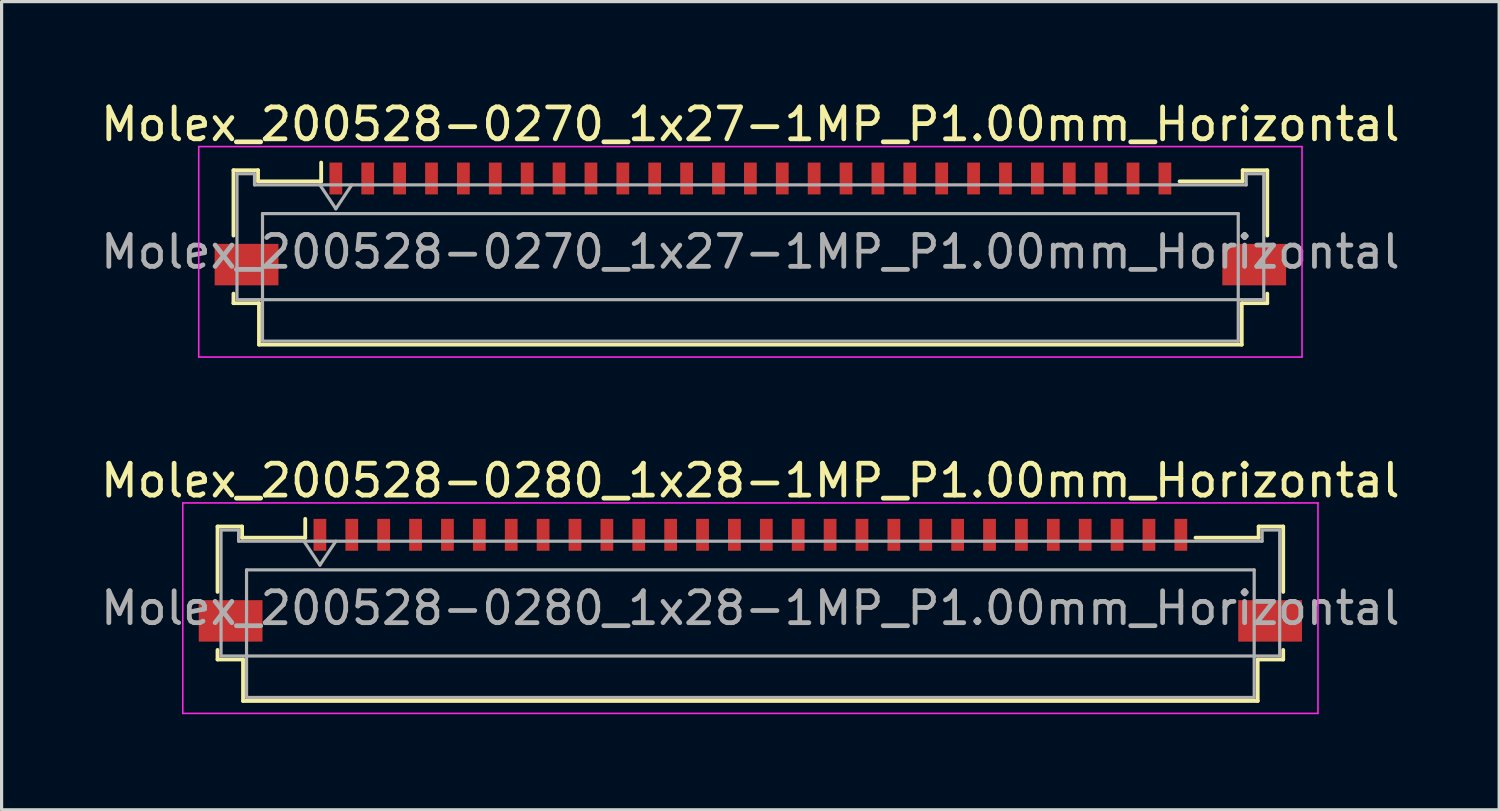
<source format=kicad_pcb>
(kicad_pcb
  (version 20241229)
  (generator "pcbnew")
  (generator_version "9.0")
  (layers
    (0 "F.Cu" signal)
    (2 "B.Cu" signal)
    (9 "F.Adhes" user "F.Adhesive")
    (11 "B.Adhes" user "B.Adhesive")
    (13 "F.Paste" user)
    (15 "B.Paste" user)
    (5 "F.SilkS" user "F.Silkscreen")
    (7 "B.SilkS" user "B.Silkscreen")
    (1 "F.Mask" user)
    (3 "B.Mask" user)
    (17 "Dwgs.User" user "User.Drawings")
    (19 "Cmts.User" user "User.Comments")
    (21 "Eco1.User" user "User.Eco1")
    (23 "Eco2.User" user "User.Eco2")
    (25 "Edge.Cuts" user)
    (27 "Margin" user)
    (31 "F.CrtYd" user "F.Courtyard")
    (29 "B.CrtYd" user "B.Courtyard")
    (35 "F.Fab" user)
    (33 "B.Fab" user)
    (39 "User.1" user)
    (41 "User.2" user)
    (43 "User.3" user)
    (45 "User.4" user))
  (footprint "Molex_200528-0280_1x28-1MP_P1.00mm_Horizontal"
    (layer "F.Cu")
    (at 20.482 14.632)
    (property "Reference" "Molex_200528-0280_1x28-1MP_P1.00mm_Horizontal" (at 0 -2.61 0) (layer "F.SilkS") (effects (font (size 1 1) (thickness 0.15))))
    (attr smd)
    (fp_line (start -16.71 -1.17) (end -16.71 0.88) (stroke (width 0.12) (type solid)) (layer "F.SilkS"))
    (fp_line (start -16.71 2.7) (end -16.71 3) (stroke (width 0.12) (type solid)) (layer "F.SilkS"))
    (fp_line (start -16.71 3) (end -15.91 3) (stroke (width 0.12) (type solid)) (layer "F.SilkS"))
    (fp_line (start -15.94 -1.17) (end -16.71 -1.17) (stroke (width 0.12) (type solid)) (layer "F.SilkS"))
    (fp_line (start -15.94 -0.82) (end -15.94 -1.17) (stroke (width 0.12) (type solid)) (layer "F.SilkS"))
    (fp_line (start -15.91 3) (end -15.91 4.3) (stroke (width 0.12) (type solid)) (layer "F.SilkS"))
    (fp_line (start -15.91 4.3) (end 15.91 4.3) (stroke (width 0.12) (type solid)) (layer "F.SilkS"))
    (fp_line (start -13.96 -1.41) (end -13.96 -0.82) (stroke (width 0.12) (type solid)) (layer "F.SilkS"))
    (fp_line (start -13.96 -0.82) (end -15.94 -0.82) (stroke (width 0.12) (type solid)) (layer "F.SilkS"))
    (fp_line (start 15.91 3) (end 16.71 3) (stroke (width 0.12) (type solid)) (layer "F.SilkS"))
    (fp_line (start 15.91 4.3) (end 15.91 3) (stroke (width 0.12) (type solid)) (layer "F.SilkS"))
    (fp_line (start 15.94 -1.17) (end 15.94 -0.82) (stroke (width 0.12) (type solid)) (layer "F.SilkS"))
    (fp_line (start 15.94 -0.82) (end 13.96 -0.82) (stroke (width 0.12) (type solid)) (layer "F.SilkS"))
    (fp_line (start 16.71 -1.17) (end 15.94 -1.17) (stroke (width 0.12) (type solid)) (layer "F.SilkS"))
    (fp_line (start 16.71 0.88) (end 16.71 -1.17) (stroke (width 0.12) (type solid)) (layer "F.SilkS"))
    (fp_line (start 16.71 3) (end 16.71 2.7) (stroke (width 0.12) (type solid)) (layer "F.SilkS"))
    (fp_line (start -17.8 -1.91) (end -17.8 4.69) (stroke (width 0.05) (type solid)) (layer "F.CrtYd"))
    (fp_line (start -17.8 4.69) (end 17.8 4.69) (stroke (width 0.05) (type solid)) (layer "F.CrtYd"))
    (fp_line (start 17.8 -1.91) (end -17.8 -1.91) (stroke (width 0.05) (type solid)) (layer "F.CrtYd"))
    (fp_line (start 17.8 4.69) (end 17.8 -1.91) (stroke (width 0.05) (type solid)) (layer "F.CrtYd"))
    (fp_line (start -16.6 -1.06) (end -16.6 2.89) (stroke (width 0.1) (type solid)) (layer "F.Fab"))
    (fp_line (start -16.6 2.89) (end 16.6 2.89) (stroke (width 0.1) (type solid)) (layer "F.Fab"))
    (fp_line (start -16.05 -1.06) (end -16.6 -1.06) (stroke (width 0.1) (type solid)) (layer "F.Fab"))
    (fp_line (start -16.05 -0.71) (end -16.05 -1.06) (stroke (width 0.1) (type solid)) (layer "F.Fab"))
    (fp_line (start -15.8 0.19) (end -15.8 4.19) (stroke (width 0.1) (type solid)) (layer "F.Fab"))
    (fp_line (start -15.8 4.19) (end 15.8 4.19) (stroke (width 0.1) (type solid)) (layer "F.Fab"))
    (fp_line (start -14 -0.71) (end -13.5 0.04) (stroke (width 0.1) (type solid)) (layer "F.Fab"))
    (fp_line (start -13.5 0.04) (end -13 -0.71) (stroke (width 0.1) (type solid)) (layer "F.Fab"))
    (fp_line (start 15.8 0.19) (end -15.8 0.19) (stroke (width 0.1) (type solid)) (layer "F.Fab"))
    (fp_line (start 15.8 4.19) (end 15.8 0.19) (stroke (width 0.1) (type solid)) (layer "F.Fab"))
    (fp_line (start 16.05 -1.06) (end 16.05 -0.71) (stroke (width 0.1) (type solid)) (layer "F.Fab"))
    (fp_line (start 16.05 -0.71) (end -16.05 -0.71) (stroke (width 0.1) (type solid)) (layer "F.Fab"))
    (fp_line (start 16.6 -1.06) (end 16.05 -1.06) (stroke (width 0.1) (type solid)) (layer "F.Fab"))
    (fp_line (start 16.6 2.89) (end 16.6 -1.06) (stroke (width 0.1) (type solid)) (layer "F.Fab"))
    (fp_text user "${REFERENCE}" (at 0 1.39 0) (layer "F.Fab") (effects (font (size 1 1) (thickness 0.15))))
    (pad "1" smd rect (at -13.5 -0.91) (size 0.4 1) (layers "F.Cu" "F.Mask" "F.Paste"))
    (pad "2" smd rect (at -12.5 -0.91) (size 0.4 1) (layers "F.Cu" "F.Mask" "F.Paste"))
    (pad "3" smd rect (at -11.5 -0.91) (size 0.4 1) (layers "F.Cu" "F.Mask" "F.Paste"))
    (pad "4" smd rect (at -10.5 -0.91) (size 0.4 1) (layers "F.Cu" "F.Mask" "F.Paste"))
    (pad "5" smd rect (at -9.5 -0.91) (size 0.4 1) (layers "F.Cu" "F.Mask" "F.Paste"))
    (pad "6" smd rect (at -8.5 -0.91) (size 0.4 1) (layers "F.Cu" "F.Mask" "F.Paste"))
    (pad "7" smd rect (at -7.5 -0.91) (size 0.4 1) (layers "F.Cu" "F.Mask" "F.Paste"))
    (pad "8" smd rect (at -6.5 -0.91) (size 0.4 1) (layers "F.Cu" "F.Mask" "F.Paste"))
    (pad "9" smd rect (at -5.5 -0.91) (size 0.4 1) (layers "F.Cu" "F.Mask" "F.Paste"))
    (pad "10" smd rect (at -4.5 -0.91) (size 0.4 1) (layers "F.Cu" "F.Mask" "F.Paste"))
    (pad "11" smd rect (at -3.5 -0.91) (size 0.4 1) (layers "F.Cu" "F.Mask" "F.Paste"))
    (pad "12" smd rect (at -2.5 -0.91) (size 0.4 1) (layers "F.Cu" "F.Mask" "F.Paste"))
    (pad "13" smd rect (at -1.5 -0.91) (size 0.4 1) (layers "F.Cu" "F.Mask" "F.Paste"))
    (pad "14" smd rect (at -0.5 -0.91) (size 0.4 1) (layers "F.Cu" "F.Mask" "F.Paste"))
    (pad "15" smd rect (at 0.5 -0.91) (size 0.4 1) (layers "F.Cu" "F.Mask" "F.Paste"))
    (pad "16" smd rect (at 1.5 -0.91) (size 0.4 1) (layers "F.Cu" "F.Mask" "F.Paste"))
    (pad "17" smd rect (at 2.5 -0.91) (size 0.4 1) (layers "F.Cu" "F.Mask" "F.Paste"))
    (pad "18" smd rect (at 3.5 -0.91) (size 0.4 1) (layers "F.Cu" "F.Mask" "F.Paste"))
    (pad "19" smd rect (at 4.5 -0.91) (size 0.4 1) (layers "F.Cu" "F.Mask" "F.Paste"))
    (pad "20" smd rect (at 5.5 -0.91) (size 0.4 1) (layers "F.Cu" "F.Mask" "F.Paste"))
    (pad "21" smd rect (at 6.5 -0.91) (size 0.4 1) (layers "F.Cu" "F.Mask" "F.Paste"))
    (pad "22" smd rect (at 7.5 -0.91) (size 0.4 1) (layers "F.Cu" "F.Mask" "F.Paste"))
    (pad "23" smd rect (at 8.5 -0.91) (size 0.4 1) (layers "F.Cu" "F.Mask" "F.Paste"))
    (pad "24" smd rect (at 9.5 -0.91) (size 0.4 1) (layers "F.Cu" "F.Mask" "F.Paste"))
    (pad "25" smd rect (at 10.5 -0.91) (size 0.4 1) (layers "F.Cu" "F.Mask" "F.Paste"))
    (pad "26" smd rect (at 11.5 -0.91) (size 0.4 1) (layers "F.Cu" "F.Mask" "F.Paste"))
    (pad "27" smd rect (at 12.5 -0.91) (size 0.4 1) (layers "F.Cu" "F.Mask" "F.Paste"))
    (pad "28" smd rect (at 13.5 -0.91) (size 0.4 1) (layers "F.Cu" "F.Mask" "F.Paste"))
    (pad "MP" smd rect (at -16.3 1.79) (size 2 1.3) (layers "F.Cu" "F.Mask" "F.Paste"))
    (pad "MP" smd rect (at 16.3 1.79) (size 2 1.3) (layers "F.Cu" "F.Mask" "F.Paste")))
  (footprint "Molex_200528-0270_1x27-1MP_P1.00mm_Horizontal"
    (layer "F.Cu")
    (at 20.482 3.458)
    (property "Reference" "Molex_200528-0270_1x27-1MP_P1.00mm_Horizontal" (at 0 -2.61 0) (layer "F.SilkS") (effects (font (size 1 1) (thickness 0.15))))
    (attr smd)
    (fp_line (start -16.21 -1.17) (end -16.21 0.88) (stroke (width 0.12) (type solid)) (layer "F.SilkS"))
    (fp_line (start -16.21 2.7) (end -16.21 3) (stroke (width 0.12) (type solid)) (layer "F.SilkS"))
    (fp_line (start -16.21 3) (end -15.41 3) (stroke (width 0.12) (type solid)) (layer "F.SilkS"))
    (fp_line (start -15.44 -1.17) (end -16.21 -1.17) (stroke (width 0.12) (type solid)) (layer "F.SilkS"))
    (fp_line (start -15.44 -0.82) (end -15.44 -1.17) (stroke (width 0.12) (type solid)) (layer "F.SilkS"))
    (fp_line (start -15.41 3) (end -15.41 4.3) (stroke (width 0.12) (type solid)) (layer "F.SilkS"))
    (fp_line (start -15.41 4.3) (end 15.41 4.3) (stroke (width 0.12) (type solid)) (layer "F.SilkS"))
    (fp_line (start -13.46 -1.41) (end -13.46 -0.82) (stroke (width 0.12) (type solid)) (layer "F.SilkS"))
    (fp_line (start -13.46 -0.82) (end -15.44 -0.82) (stroke (width 0.12) (type solid)) (layer "F.SilkS"))
    (fp_line (start 15.41 3) (end 16.21 3) (stroke (width 0.12) (type solid)) (layer "F.SilkS"))
    (fp_line (start 15.41 4.3) (end 15.41 3) (stroke (width 0.12) (type solid)) (layer "F.SilkS"))
    (fp_line (start 15.44 -1.17) (end 15.44 -0.82) (stroke (width 0.12) (type solid)) (layer "F.SilkS"))
    (fp_line (start 15.44 -0.82) (end 13.46 -0.82) (stroke (width 0.12) (type solid)) (layer "F.SilkS"))
    (fp_line (start 16.21 -1.17) (end 15.44 -1.17) (stroke (width 0.12) (type solid)) (layer "F.SilkS"))
    (fp_line (start 16.21 0.88) (end 16.21 -1.17) (stroke (width 0.12) (type solid)) (layer "F.SilkS"))
    (fp_line (start 16.21 3) (end 16.21 2.7) (stroke (width 0.12) (type solid)) (layer "F.SilkS"))
    (fp_line (start -17.3 -1.91) (end -17.3 4.69) (stroke (width 0.05) (type solid)) (layer "F.CrtYd"))
    (fp_line (start -17.3 4.69) (end 17.3 4.69) (stroke (width 0.05) (type solid)) (layer "F.CrtYd"))
    (fp_line (start 17.3 -1.91) (end -17.3 -1.91) (stroke (width 0.05) (type solid)) (layer "F.CrtYd"))
    (fp_line (start 17.3 4.69) (end 17.3 -1.91) (stroke (width 0.05) (type solid)) (layer "F.CrtYd"))
    (fp_line (start -16.1 -1.06) (end -16.1 2.89) (stroke (width 0.1) (type solid)) (layer "F.Fab"))
    (fp_line (start -16.1 2.89) (end 16.1 2.89) (stroke (width 0.1) (type solid)) (layer "F.Fab"))
    (fp_line (start -15.55 -1.06) (end -16.1 -1.06) (stroke (width 0.1) (type solid)) (layer "F.Fab"))
    (fp_line (start -15.55 -0.71) (end -15.55 -1.06) (stroke (width 0.1) (type solid)) (layer "F.Fab"))
    (fp_line (start -15.3 0.19) (end -15.3 4.19) (stroke (width 0.1) (type solid)) (layer "F.Fab"))
    (fp_line (start -15.3 4.19) (end 15.3 4.19) (stroke (width 0.1) (type solid)) (layer "F.Fab"))
    (fp_line (start -13.5 -0.71) (end -13 0.04) (stroke (width 0.1) (type solid)) (layer "F.Fab"))
    (fp_line (start -13 0.04) (end -12.5 -0.71) (stroke (width 0.1) (type solid)) (layer "F.Fab"))
    (fp_line (start 15.3 0.19) (end -15.3 0.19) (stroke (width 0.1) (type solid)) (layer "F.Fab"))
    (fp_line (start 15.3 4.19) (end 15.3 0.19) (stroke (width 0.1) (type solid)) (layer "F.Fab"))
    (fp_line (start 15.55 -1.06) (end 15.55 -0.71) (stroke (width 0.1) (type solid)) (layer "F.Fab"))
    (fp_line (start 15.55 -0.71) (end -15.55 -0.71) (stroke (width 0.1) (type solid)) (layer "F.Fab"))
    (fp_line (start 16.1 -1.06) (end 15.55 -1.06) (stroke (width 0.1) (type solid)) (layer "F.Fab"))
    (fp_line (start 16.1 2.89) (end 16.1 -1.06) (stroke (width 0.1) (type solid)) (layer "F.Fab"))
    (fp_text user "${REFERENCE}" (at 0 1.39 0) (layer "F.Fab") (effects (font (size 1 1) (thickness 0.15))))
    (pad "1" smd rect (at -13 -0.91) (size 0.4 1) (layers "F.Cu" "F.Mask" "F.Paste"))
    (pad "2" smd rect (at -12 -0.91) (size 0.4 1) (layers "F.Cu" "F.Mask" "F.Paste"))
    (pad "3" smd rect (at -11 -0.91) (size 0.4 1) (layers "F.Cu" "F.Mask" "F.Paste"))
    (pad "4" smd rect (at -10 -0.91) (size 0.4 1) (layers "F.Cu" "F.Mask" "F.Paste"))
    (pad "5" smd rect (at -9 -0.91) (size 0.4 1) (layers "F.Cu" "F.Mask" "F.Paste"))
    (pad "6" smd rect (at -8 -0.91) (size 0.4 1) (layers "F.Cu" "F.Mask" "F.Paste"))
    (pad "7" smd rect (at -7 -0.91) (size 0.4 1) (layers "F.Cu" "F.Mask" "F.Paste"))
    (pad "8" smd rect (at -6 -0.91) (size 0.4 1) (layers "F.Cu" "F.Mask" "F.Paste"))
    (pad "9" smd rect (at -5 -0.91) (size 0.4 1) (layers "F.Cu" "F.Mask" "F.Paste"))
    (pad "10" smd rect (at -4 -0.91) (size 0.4 1) (layers "F.Cu" "F.Mask" "F.Paste"))
    (pad "11" smd rect (at -3 -0.91) (size 0.4 1) (layers "F.Cu" "F.Mask" "F.Paste"))
    (pad "12" smd rect (at -2 -0.91) (size 0.4 1) (layers "F.Cu" "F.Mask" "F.Paste"))
    (pad "13" smd rect (at -1 -0.91) (size 0.4 1) (layers "F.Cu" "F.Mask" "F.Paste"))
    (pad "14" smd rect (at 0 -0.91) (size 0.4 1) (layers "F.Cu" "F.Mask" "F.Paste"))
    (pad "15" smd rect (at 1 -0.91) (size 0.4 1) (layers "F.Cu" "F.Mask" "F.Paste"))
    (pad "16" smd rect (at 2 -0.91) (size 0.4 1) (layers "F.Cu" "F.Mask" "F.Paste"))
    (pad "17" smd rect (at 3 -0.91) (size 0.4 1) (layers "F.Cu" "F.Mask" "F.Paste"))
    (pad "18" smd rect (at 4 -0.91) (size 0.4 1) (layers "F.Cu" "F.Mask" "F.Paste"))
    (pad "19" smd rect (at 5 -0.91) (size 0.4 1) (layers "F.Cu" "F.Mask" "F.Paste"))
    (pad "20" smd rect (at 6 -0.91) (size 0.4 1) (layers "F.Cu" "F.Mask" "F.Paste"))
    (pad "21" smd rect (at 7 -0.91) (size 0.4 1) (layers "F.Cu" "F.Mask" "F.Paste"))
    (pad "22" smd rect (at 8 -0.91) (size 0.4 1) (layers "F.Cu" "F.Mask" "F.Paste"))
    (pad "23" smd rect (at 9 -0.91) (size 0.4 1) (layers "F.Cu" "F.Mask" "F.Paste"))
    (pad "24" smd rect (at 10 -0.91) (size 0.4 1) (layers "F.Cu" "F.Mask" "F.Paste"))
    (pad "25" smd rect (at 11 -0.91) (size 0.4 1) (layers "F.Cu" "F.Mask" "F.Paste"))
    (pad "26" smd rect (at 12 -0.91) (size 0.4 1) (layers "F.Cu" "F.Mask" "F.Paste"))
    (pad "27" smd rect (at 13 -0.91) (size 0.4 1) (layers "F.Cu" "F.Mask" "F.Paste"))
    (pad "MP" smd rect (at -15.8 1.79) (size 2 1.3) (layers "F.Cu" "F.Mask" "F.Paste"))
    (pad "MP" smd rect (at 15.8 1.79) (size 2 1.3) (layers "F.Cu" "F.Mask" "F.Paste")))
  (gr_rect
    (start -3 -3)
    (end 43.964 22.346)
    (stroke (width 0.1) (type default))
    (fill no)
    (layer "Edge.Cuts")))
</source>
